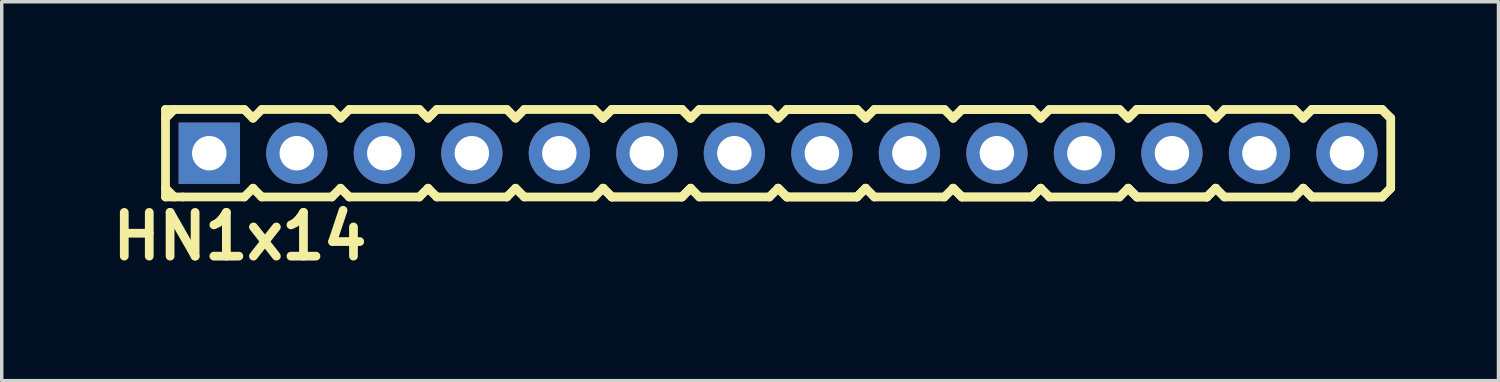
<source format=kicad_pcb>
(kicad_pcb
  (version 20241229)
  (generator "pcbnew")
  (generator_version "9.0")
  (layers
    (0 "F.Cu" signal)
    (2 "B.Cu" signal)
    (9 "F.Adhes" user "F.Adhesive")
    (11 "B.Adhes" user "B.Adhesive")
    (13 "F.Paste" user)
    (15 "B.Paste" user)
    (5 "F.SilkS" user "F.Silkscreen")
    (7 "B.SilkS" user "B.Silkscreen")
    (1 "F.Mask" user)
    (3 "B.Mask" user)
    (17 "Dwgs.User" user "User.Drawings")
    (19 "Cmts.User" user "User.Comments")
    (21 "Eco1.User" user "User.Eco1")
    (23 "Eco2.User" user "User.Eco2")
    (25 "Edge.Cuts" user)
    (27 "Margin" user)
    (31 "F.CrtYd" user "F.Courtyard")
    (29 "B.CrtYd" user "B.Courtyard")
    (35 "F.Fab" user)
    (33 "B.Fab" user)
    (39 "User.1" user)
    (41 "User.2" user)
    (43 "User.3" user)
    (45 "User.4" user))
  (footprint "HN1x14"
    (layer "F.Cu")
    (at 19.534 1.397)
    (property "Reference" "HN1x14" (at -15.621 2.413 0) (layer "F.SilkS") (effects (font (size 1.27 1.27) (thickness 0.254))))
    (attr through_hole)
    (fp_line (start -17.78 -1.27) (end -17.78 1.27) (stroke (width 0.254) (type solid)) (layer "F.SilkS"))
    (fp_line (start -17.78 -1.27) (end -17.526 -1.27) (stroke (width 0.254) (type solid)) (layer "F.SilkS"))
    (fp_line (start -17.78 -1.016) (end -17.526 -1.27) (stroke (width 0.254) (type solid)) (layer "F.SilkS"))
    (fp_line (start -17.526 -1.27) (end -15.494 -1.27) (stroke (width 0.254) (type solid)) (layer "F.SilkS"))
    (fp_line (start -17.526 1.27) (end -17.78 1.016) (stroke (width 0.254) (type solid)) (layer "F.SilkS"))
    (fp_line (start -17.272 1.27) (end -17.78 1.27) (stroke (width 0.254) (type solid)) (layer "F.SilkS"))
    (fp_line (start -15.494 -1.27) (end -15.24 -1.016) (stroke (width 0.254) (type solid)) (layer "F.SilkS"))
    (fp_line (start -15.494 1.27) (end -17.272 1.27) (stroke (width 0.254) (type solid)) (layer "F.SilkS"))
    (fp_line (start -15.24 -1.016) (end -14.986 -1.27) (stroke (width 0.254) (type solid)) (layer "F.SilkS"))
    (fp_line (start -15.24 1.016) (end -15.494 1.27) (stroke (width 0.254) (type solid)) (layer "F.SilkS"))
    (fp_line (start -14.986 -1.27) (end -12.954 -1.27) (stroke (width 0.254) (type solid)) (layer "F.SilkS"))
    (fp_line (start -14.986 1.27) (end -15.24 1.016) (stroke (width 0.254) (type solid)) (layer "F.SilkS"))
    (fp_line (start -12.954 -1.27) (end -12.7 -1.016) (stroke (width 0.254) (type solid)) (layer "F.SilkS"))
    (fp_line (start -12.954 1.27) (end -14.986 1.27) (stroke (width 0.254) (type solid)) (layer "F.SilkS"))
    (fp_line (start -12.954 1.27) (end -12.7 1.016) (stroke (width 0.254) (type solid)) (layer "F.SilkS"))
    (fp_line (start -12.7 -1.016) (end -12.446 -1.27) (stroke (width 0.254) (type solid)) (layer "F.SilkS"))
    (fp_line (start -12.7 1.016) (end -12.446 1.27) (stroke (width 0.254) (type solid)) (layer "F.SilkS"))
    (fp_line (start -12.446 -1.27) (end -10.414 -1.27) (stroke (width 0.254) (type solid)) (layer "F.SilkS"))
    (fp_line (start -10.414 -1.27) (end -10.16 -1.016) (stroke (width 0.254) (type solid)) (layer "F.SilkS"))
    (fp_line (start -10.414 1.27) (end -12.446 1.27) (stroke (width 0.254) (type solid)) (layer "F.SilkS"))
    (fp_line (start -10.16 -1.016) (end -9.906 -1.27) (stroke (width 0.254) (type solid)) (layer "F.SilkS"))
    (fp_line (start -10.16 1.016) (end -10.414 1.27) (stroke (width 0.254) (type solid)) (layer "F.SilkS"))
    (fp_line (start -9.906 -1.27) (end -7.874 -1.27) (stroke (width 0.254) (type solid)) (layer "F.SilkS"))
    (fp_line (start -9.906 1.27) (end -10.16 1.016) (stroke (width 0.254) (type solid)) (layer "F.SilkS"))
    (fp_line (start -7.874 -1.27) (end -7.62 -1.016) (stroke (width 0.254) (type solid)) (layer "F.SilkS"))
    (fp_line (start -7.874 1.27) (end -9.906 1.27) (stroke (width 0.254) (type solid)) (layer "F.SilkS"))
    (fp_line (start -7.62 -1.016) (end -7.366 -1.27) (stroke (width 0.254) (type solid)) (layer "F.SilkS"))
    (fp_line (start -7.62 1.016) (end -7.874 1.27) (stroke (width 0.254) (type solid)) (layer "F.SilkS"))
    (fp_line (start -7.366 -1.27) (end -5.334 -1.27) (stroke (width 0.254) (type solid)) (layer "F.SilkS"))
    (fp_line (start -7.366 1.27) (end -7.62 1.016) (stroke (width 0.254) (type solid)) (layer "F.SilkS"))
    (fp_line (start -5.334 -1.27) (end -5.08 -1.016) (stroke (width 0.254) (type solid)) (layer "F.SilkS"))
    (fp_line (start -5.334 1.27) (end -7.366 1.27) (stroke (width 0.254) (type solid)) (layer "F.SilkS"))
    (fp_line (start -5.08 -1.016) (end -4.826 -1.27) (stroke (width 0.254) (type solid)) (layer "F.SilkS"))
    (fp_line (start -5.08 -1.016) (end -4.826 -1.27) (stroke (width 0.254) (type solid)) (layer "F.SilkS"))
    (fp_line (start -5.08 1.016) (end -5.334 1.27) (stroke (width 0.254) (type solid)) (layer "F.SilkS"))
    (fp_line (start -4.826 -1.27) (end -2.794 -1.27) (stroke (width 0.254) (type solid)) (layer "F.SilkS"))
    (fp_line (start -4.826 -1.27) (end -2.794 -1.27) (stroke (width 0.254) (type solid)) (layer "F.SilkS"))
    (fp_line (start -4.826 1.27) (end -5.08 1.016) (stroke (width 0.254) (type solid)) (layer "F.SilkS"))
    (fp_line (start -4.826 1.27) (end -5.08 1.016) (stroke (width 0.254) (type solid)) (layer "F.SilkS"))
    (fp_line (start -2.794 -1.27) (end -2.54 -1.016) (stroke (width 0.254) (type solid)) (layer "F.SilkS"))
    (fp_line (start -2.794 -1.27) (end -2.54 -1.016) (stroke (width 0.254) (type solid)) (layer "F.SilkS"))
    (fp_line (start -2.794 1.27) (end -4.826 1.27) (stroke (width 0.254) (type solid)) (layer "F.SilkS"))
    (fp_line (start -2.794 1.27) (end -4.826 1.27) (stroke (width 0.254) (type solid)) (layer "F.SilkS"))
    (fp_line (start -2.54 -1.016) (end -2.286 -1.27) (stroke (width 0.254) (type solid)) (layer "F.SilkS"))
    (fp_line (start -2.54 1.016) (end -2.794 1.27) (stroke (width 0.254) (type solid)) (layer "F.SilkS"))
    (fp_line (start -2.54 1.016) (end -2.794 1.27) (stroke (width 0.254) (type solid)) (layer "F.SilkS"))
    (fp_line (start -2.286 -1.27) (end -0.254 -1.27) (stroke (width 0.254) (type solid)) (layer "F.SilkS"))
    (fp_line (start -2.286 1.27) (end -2.54 1.016) (stroke (width 0.254) (type solid)) (layer "F.SilkS"))
    (fp_line (start -0.254 -1.27) (end 0 -1.016) (stroke (width 0.254) (type solid)) (layer "F.SilkS"))
    (fp_line (start -0.254 1.27) (end -2.286 1.27) (stroke (width 0.254) (type solid)) (layer "F.SilkS"))
    (fp_line (start 0 -1.016) (end 0.254 -1.27) (stroke (width 0.254) (type solid)) (layer "F.SilkS"))
    (fp_line (start 0 -1.016) (end 0.254 -1.27) (stroke (width 0.254) (type solid)) (layer "F.SilkS"))
    (fp_line (start 0 1.016) (end -0.254 1.27) (stroke (width 0.254) (type solid)) (layer "F.SilkS"))
    (fp_line (start 0.254 -1.27) (end 2.286 -1.27) (stroke (width 0.254) (type solid)) (layer "F.SilkS"))
    (fp_line (start 0.254 -1.27) (end 2.286 -1.27) (stroke (width 0.254) (type solid)) (layer "F.SilkS"))
    (fp_line (start 0.254 1.27) (end 0 1.016) (stroke (width 0.254) (type solid)) (layer "F.SilkS"))
    (fp_line (start 0.254 1.27) (end 0 1.016) (stroke (width 0.254) (type solid)) (layer "F.SilkS"))
    (fp_line (start 2.286 -1.27) (end 2.54 -1.016) (stroke (width 0.254) (type solid)) (layer "F.SilkS"))
    (fp_line (start 2.286 -1.27) (end 2.54 -1.016) (stroke (width 0.254) (type solid)) (layer "F.SilkS"))
    (fp_line (start 2.286 1.27) (end 0.254 1.27) (stroke (width 0.254) (type solid)) (layer "F.SilkS"))
    (fp_line (start 2.286 1.27) (end 0.254 1.27) (stroke (width 0.254) (type solid)) (layer "F.SilkS"))
    (fp_line (start 2.54 -1.016) (end 2.794 -1.27) (stroke (width 0.254) (type solid)) (layer "F.SilkS"))
    (fp_line (start 2.54 1.016) (end 2.286 1.27) (stroke (width 0.254) (type solid)) (layer "F.SilkS"))
    (fp_line (start 2.54 1.016) (end 2.286 1.27) (stroke (width 0.254) (type solid)) (layer "F.SilkS"))
    (fp_line (start 2.794 -1.27) (end 4.826 -1.27) (stroke (width 0.254) (type solid)) (layer "F.SilkS"))
    (fp_line (start 2.794 1.27) (end 2.54 1.016) (stroke (width 0.254) (type solid)) (layer "F.SilkS"))
    (fp_line (start 4.826 -1.27) (end 5.08 -1.016) (stroke (width 0.254) (type solid)) (layer "F.SilkS"))
    (fp_line (start 4.826 1.27) (end 2.794 1.27) (stroke (width 0.254) (type solid)) (layer "F.SilkS"))
    (fp_line (start 5.08 -1.016) (end 5.334 -1.27) (stroke (width 0.254) (type solid)) (layer "F.SilkS"))
    (fp_line (start 5.08 -1.016) (end 5.334 -1.27) (stroke (width 0.254) (type solid)) (layer "F.SilkS"))
    (fp_line (start 5.08 1.016) (end 4.826 1.27) (stroke (width 0.254) (type solid)) (layer "F.SilkS"))
    (fp_line (start 5.334 -1.27) (end 7.366 -1.27) (stroke (width 0.254) (type solid)) (layer "F.SilkS"))
    (fp_line (start 5.334 -1.27) (end 7.366 -1.27) (stroke (width 0.254) (type solid)) (layer "F.SilkS"))
    (fp_line (start 5.334 1.27) (end 5.08 1.016) (stroke (width 0.254) (type solid)) (layer "F.SilkS"))
    (fp_line (start 5.334 1.27) (end 5.08 1.016) (stroke (width 0.254) (type solid)) (layer "F.SilkS"))
    (fp_line (start 7.366 -1.27) (end 7.62 -1.016) (stroke (width 0.254) (type solid)) (layer "F.SilkS"))
    (fp_line (start 7.366 -1.27) (end 7.62 -1.016) (stroke (width 0.254) (type solid)) (layer "F.SilkS"))
    (fp_line (start 7.366 1.27) (end 5.334 1.27) (stroke (width 0.254) (type solid)) (layer "F.SilkS"))
    (fp_line (start 7.366 1.27) (end 5.334 1.27) (stroke (width 0.254) (type solid)) (layer "F.SilkS"))
    (fp_line (start 7.62 -1.016) (end 7.874 -1.27) (stroke (width 0.254) (type solid)) (layer "F.SilkS"))
    (fp_line (start 7.62 1.016) (end 7.366 1.27) (stroke (width 0.254) (type solid)) (layer "F.SilkS"))
    (fp_line (start 7.62 1.016) (end 7.366 1.27) (stroke (width 0.254) (type solid)) (layer "F.SilkS"))
    (fp_line (start 7.874 -1.27) (end 9.906 -1.27) (stroke (width 0.254) (type solid)) (layer "F.SilkS"))
    (fp_line (start 7.874 1.27) (end 7.62 1.016) (stroke (width 0.254) (type solid)) (layer "F.SilkS"))
    (fp_line (start 9.906 -1.27) (end 10.16 -1.016) (stroke (width 0.254) (type solid)) (layer "F.SilkS"))
    (fp_line (start 9.906 1.27) (end 7.874 1.27) (stroke (width 0.254) (type solid)) (layer "F.SilkS"))
    (fp_line (start 10.16 -1.016) (end 10.414 -1.27) (stroke (width 0.254) (type solid)) (layer "F.SilkS"))
    (fp_line (start 10.16 -1.016) (end 10.414 -1.27) (stroke (width 0.254) (type solid)) (layer "F.SilkS"))
    (fp_line (start 10.16 1.016) (end 9.906 1.27) (stroke (width 0.254) (type solid)) (layer "F.SilkS"))
    (fp_line (start 10.414 -1.27) (end 12.446 -1.27) (stroke (width 0.254) (type solid)) (layer "F.SilkS"))
    (fp_line (start 10.414 -1.27) (end 12.446 -1.27) (stroke (width 0.254) (type solid)) (layer "F.SilkS"))
    (fp_line (start 10.414 1.27) (end 10.16 1.016) (stroke (width 0.254) (type solid)) (layer "F.SilkS"))
    (fp_line (start 10.414 1.27) (end 10.16 1.016) (stroke (width 0.254) (type solid)) (layer "F.SilkS"))
    (fp_line (start 12.446 -1.27) (end 12.7 -1.016) (stroke (width 0.254) (type solid)) (layer "F.SilkS"))
    (fp_line (start 12.446 -1.27) (end 12.7 -1.016) (stroke (width 0.254) (type solid)) (layer "F.SilkS"))
    (fp_line (start 12.446 1.27) (end 10.414 1.27) (stroke (width 0.254) (type solid)) (layer "F.SilkS"))
    (fp_line (start 12.446 1.27) (end 10.414 1.27) (stroke (width 0.254) (type solid)) (layer "F.SilkS"))
    (fp_line (start 12.7 -1.016) (end 12.954 -1.27) (stroke (width 0.254) (type solid)) (layer "F.SilkS"))
    (fp_line (start 12.7 1.016) (end 12.446 1.27) (stroke (width 0.254) (type solid)) (layer "F.SilkS"))
    (fp_line (start 12.7 1.016) (end 12.446 1.27) (stroke (width 0.254) (type solid)) (layer "F.SilkS"))
    (fp_line (start 12.954 -1.27) (end 14.986 -1.27) (stroke (width 0.254) (type solid)) (layer "F.SilkS"))
    (fp_line (start 12.954 1.27) (end 12.7 1.016) (stroke (width 0.254) (type solid)) (layer "F.SilkS"))
    (fp_line (start 14.986 -1.27) (end 15.24 -1.016) (stroke (width 0.254) (type solid)) (layer "F.SilkS"))
    (fp_line (start 14.986 1.27) (end 12.954 1.27) (stroke (width 0.254) (type solid)) (layer "F.SilkS"))
    (fp_line (start 15.24 -1.016) (end 15.494 -1.27) (stroke (width 0.254) (type solid)) (layer "F.SilkS"))
    (fp_line (start 15.24 -1.016) (end 15.494 -1.27) (stroke (width 0.254) (type solid)) (layer "F.SilkS"))
    (fp_line (start 15.24 1.016) (end 14.986 1.27) (stroke (width 0.254) (type solid)) (layer "F.SilkS"))
    (fp_line (start 15.494 -1.27) (end 17.526 -1.27) (stroke (width 0.254) (type solid)) (layer "F.SilkS"))
    (fp_line (start 15.494 -1.27) (end 17.526 -1.27) (stroke (width 0.254) (type solid)) (layer "F.SilkS"))
    (fp_line (start 15.494 1.27) (end 15.24 1.016) (stroke (width 0.254) (type solid)) (layer "F.SilkS"))
    (fp_line (start 15.494 1.27) (end 15.24 1.016) (stroke (width 0.254) (type solid)) (layer "F.SilkS"))
    (fp_line (start 17.526 -1.27) (end 17.78 -1.016) (stroke (width 0.254) (type solid)) (layer "F.SilkS"))
    (fp_line (start 17.526 -1.27) (end 17.78 -1.016) (stroke (width 0.254) (type solid)) (layer "F.SilkS"))
    (fp_line (start 17.526 1.27) (end 15.494 1.27) (stroke (width 0.254) (type solid)) (layer "F.SilkS"))
    (fp_line (start 17.526 1.27) (end 15.494 1.27) (stroke (width 0.254) (type solid)) (layer "F.SilkS"))
    (fp_line (start 17.78 -1.016) (end 17.78 1.016) (stroke (width 0.254) (type solid)) (layer "F.SilkS"))
    (fp_line (start 17.78 1.016) (end 17.526 1.27) (stroke (width 0.254) (type solid)) (layer "F.SilkS"))
    (fp_line (start 17.78 1.016) (end 17.526 1.27) (stroke (width 0.254) (type solid)) (layer "F.SilkS"))
    (pad "1" thru_hole rect (at -16.51 0) (size 1.778 1.778) (drill 1) (layers "*.Cu" "*.Mask"))
    (pad "2" thru_hole circle (at -13.97 0) (size 1.778 1.778) (drill 1) (layers "*.Cu" "*.Mask"))
    (pad "3" thru_hole circle (at -11.43 0) (size 1.778 1.778) (drill 1) (layers "*.Cu" "*.Mask"))
    (pad "4" thru_hole circle (at -8.89 0) (size 1.778 1.778) (drill 1) (layers "*.Cu" "*.Mask"))
    (pad "5" thru_hole circle (at -6.35 0) (size 1.778 1.778) (drill 1) (layers "*.Cu" "*.Mask"))
    (pad "6" thru_hole circle (at -3.81 0) (size 1.778 1.778) (drill 1) (layers "*.Cu" "*.Mask"))
    (pad "7" thru_hole circle (at -1.27 0) (size 1.778 1.778) (drill 1) (layers "*.Cu" "*.Mask"))
    (pad "8" thru_hole circle (at 1.27 0) (size 1.778 1.778) (drill 1) (layers "*.Cu" "*.Mask"))
    (pad "9" thru_hole circle (at 3.81 0) (size 1.778 1.778) (drill 1) (layers "*.Cu" "*.Mask"))
    (pad "10" thru_hole circle (at 6.35 0) (size 1.778 1.778) (drill 1) (layers "*.Cu" "*.Mask"))
    (pad "11" thru_hole circle (at 8.89 0) (size 1.778 1.778) (drill 1) (layers "*.Cu" "*.Mask"))
    (pad "12" thru_hole circle (at 11.43 0) (size 1.778 1.778) (drill 1) (layers "*.Cu" "*.Mask"))
    (pad "13" thru_hole circle (at 13.97 0) (size 1.778 1.778) (drill 1) (layers "*.Cu" "*.Mask"))
    (pad "14" thru_hole circle (at 16.51 0) (size 1.778 1.778) (drill 1) (layers "*.Cu" "*.Mask")))
  (gr_rect
    (start -3 -3)
    (end 40.441 7.999)
    (stroke (width 0.1) (type default))
    (fill no)
    (layer "Edge.Cuts")))
</source>
